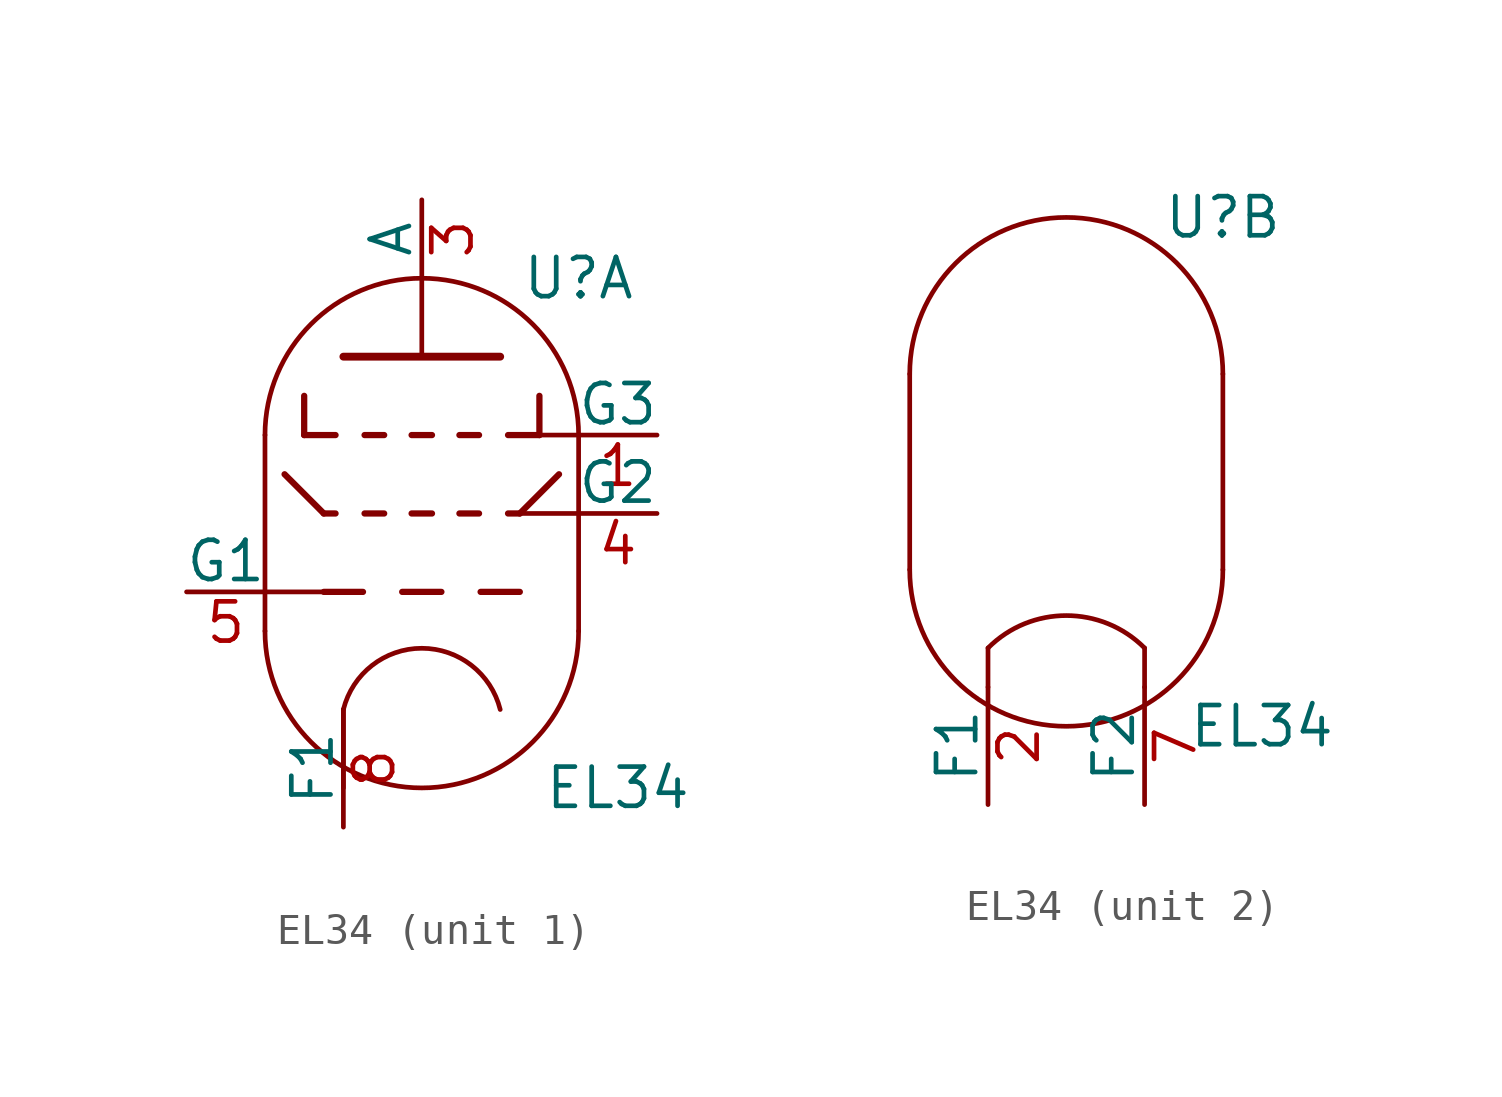
<source format=kicad_sym>
(kicad_symbol_lib
  (version 20211014)
  (generator kicad_symbol_editor)
  (symbol "EL34"
    (pin_names
      (offset 0))
    (property "Reference" "U"
      (at 5.08 8.89 0)
      (effects (font (size 1.27 1.27))))
    (property "Value" "EL34"
      (at 6.35 -7.62 0)
      (effects (font (size 1.27 1.27))))
    (property "ki_locked" ""
      (at 0 0 0)
      (effects (font (size 1.27 1.27))))
    (symbol "EL34_0_0"
      (pin no_connect line (at 7.62 -3.81 180) (length 2.54) hide (name "NC" (effects (font (size 1.27 1.27)))) (number "6" (effects (font (size 1.27 1.27))))))
    (symbol "EL34_0_1"
      (arc (start -5.08 -2.54) (mid 0 -7.62) (end 5.08 -2.54) (stroke (width 0) (type default) (color 0 0 0 0)) (fill (type none)))
      (polyline (pts (xy -5.08 3.81) (xy -5.08 -2.54) (xy -5.08 -2.54)) (stroke (width 0) (type default) (color 0 0 0 0)) (fill (type none)))
      (polyline (pts (xy 5.08 3.81) (xy 5.08 -2.54) (xy 5.08 -2.54)) (stroke (width 0) (type default) (color 0 0 0 0)) (fill (type none)))
      (arc (start 5.08 3.81) (mid 0 8.89) (end -5.08 3.81) (stroke (width 0) (type default) (color 0 0 0 0)) (fill (type none))))
    (symbol "EL34_1_0"
      (polyline (pts (xy -2.54 -5.08) (xy -2.54 -7.62)) (stroke (width 0) (type default) (color 0 0 0 0)) (fill (type none))))
    (symbol "EL34_1_1"
      (polyline (pts (xy -5.08 -1.27) (xy -3.175 -1.27)) (stroke (width 0) (type default) (color 0 0 0 0)) (fill (type none)))
      (polyline (pts (xy -4.445 2.54) (xy -3.175 1.27)) (stroke (width 0.203) (type default) (color 0 0 0 0)) (fill (type none)))
      (polyline (pts (xy -3.81 3.81) (xy -2.794 3.81)) (stroke (width 0.203) (type default) (color 0 0 0 0)) (fill (type none)))
      (polyline (pts (xy -3.81 5.08) (xy -3.81 3.81)) (stroke (width 0.203) (type default) (color 0 0 0 0)) (fill (type none)))
      (polyline (pts (xy -3.175 1.27) (xy -2.794 1.27)) (stroke (width 0.203) (type default) (color 0 0 0 0)) (fill (type none)))
      (polyline (pts (xy -1.905 -1.27) (xy -3.175 -1.27)) (stroke (width 0.203) (type default) (color 0 0 0 0)) (fill (type none)))
      (polyline (pts (xy -1.854 1.27) (xy -1.219 1.27)) (stroke (width 0.203) (type default) (color 0 0 0 0)) (fill (type none)))
      (polyline (pts (xy -1.854 3.81) (xy -1.219 3.81)) (stroke (width 0.203) (type default) (color 0 0 0 0)) (fill (type none)))
      (polyline (pts (xy -0.635 -1.27) (xy 0.635 -1.27)) (stroke (width 0.203) (type default) (color 0 0 0 0)) (fill (type none)))
      (polyline (pts (xy -0.33 1.27) (xy 0.33 1.27)) (stroke (width 0.203) (type default) (color 0 0 0 0)) (fill (type none)))
      (polyline (pts (xy -0.33 3.81) (xy 0.33 3.81)) (stroke (width 0.203) (type default) (color 0 0 0 0)) (fill (type none)))
      (polyline (pts (xy 0 6.35) (xy 0 8.89)) (stroke (width 0) (type default) (color 0 0 0 0)) (fill (type none)))
      (polyline (pts (xy 1.219 1.27) (xy 1.854 1.27)) (stroke (width 0.203) (type default) (color 0 0 0 0)) (fill (type none)))
      (polyline (pts (xy 1.219 3.81) (xy 1.854 3.81)) (stroke (width 0.203) (type default) (color 0 0 0 0)) (fill (type none)))
      (polyline (pts (xy 1.905 -1.27) (xy 3.175 -1.27)) (stroke (width 0.203) (type default) (color 0 0 0 0)) (fill (type none)))
      (polyline (pts (xy 2.794 1.27) (xy 3.175 1.27)) (stroke (width 0.203) (type default) (color 0 0 0 0)) (fill (type none)))
      (polyline (pts (xy 3.175 1.27) (xy 5.08 1.27)) (stroke (width 0) (type default) (color 0 0 0 0)) (fill (type none)))
      (polyline (pts (xy 3.81 3.81) (xy 2.794 3.81)) (stroke (width 0.203) (type default) (color 0 0 0 0)) (fill (type none)))
      (polyline (pts (xy 3.81 5.08) (xy 3.81 3.81)) (stroke (width 0.203) (type default) (color 0 0 0 0)) (fill (type none)))
      (polyline (pts (xy 3.886 3.81) (xy 5.08 3.81)) (stroke (width 0) (type default) (color 0 0 0 0)) (fill (type none)))
      (polyline (pts (xy 4.445 2.54) (xy 3.175 1.27)) (stroke (width 0.203) (type default) (color 0 0 0 0)) (fill (type none)))
      (polyline (pts (xy -2.54 6.35) (xy 2.54 6.35) (xy 2.54 6.35) (xy 2.54 6.35)) (stroke (width 0.254) (type default) (color 0 0 0 0)) (fill (type none)))
      (arc (start 2.54 -5.08) (mid 0 -3.0968) (end -2.54 -5.08) (stroke (width 0) (type default) (color 0 0 0 0)) (fill (type none)))
      (pin input line (at 7.62 3.81 180) (length 2.54) (name "G3" (effects (font (size 1.27 1.27)))) (number "1" (effects (font (size 1.27 1.27)))))
      (pin output line (at 0 11.43 270) (length 2.54) (name "A" (effects (font (size 1.27 1.27)))) (number "3" (effects (font (size 1.27 1.27)))))
      (pin input line (at 7.62 1.27 180) (length 2.54) (name "G2" (effects (font (size 1.27 1.27)))) (number "4" (effects (font (size 1.27 1.27)))))
      (pin input line (at -7.62 -1.27 0) (length 2.54) (name "G1" (effects (font (size 1.27 1.27)))) (number "5" (effects (font (size 1.27 1.27)))))
      (pin power_in line (at -2.54 -8.89 90) (length 3.81) (name "F1" (effects (font (size 1.27 1.27)))) (number "8" (effects (font (size 1.27 1.27))))))
    (symbol "EL34_2_1"
      (polyline (pts (xy -2.54 -6.35) (xy -2.54 -5.08) (xy -2.54 -5.08)) (stroke (width 0) (type default) (color 0 0 0 0)) (fill (type none)))
      (polyline (pts (xy 2.54 -6.35) (xy 2.54 -5.08) (xy 2.54 -5.08)) (stroke (width 0) (type default) (color 0 0 0 0)) (fill (type none)))
      (arc (start 2.54 -5.08) (mid 0 -4.0279) (end -2.54 -5.08) (stroke (width 0) (type default) (color 0 0 0 0)) (fill (type none)))
      (pin power_in line (at -2.54 -10.16 90) (length 3.81) (name "F1" (effects (font (size 1.27 1.27)))) (number "2" (effects (font (size 1.27 1.27)))))
      (pin power_in line (at 2.54 -10.16 90) (length 3.81) (name "F2" (effects (font (size 1.27 1.27)))) (number "7" (effects (font (size 1.27 1.27))))))))
</source>
